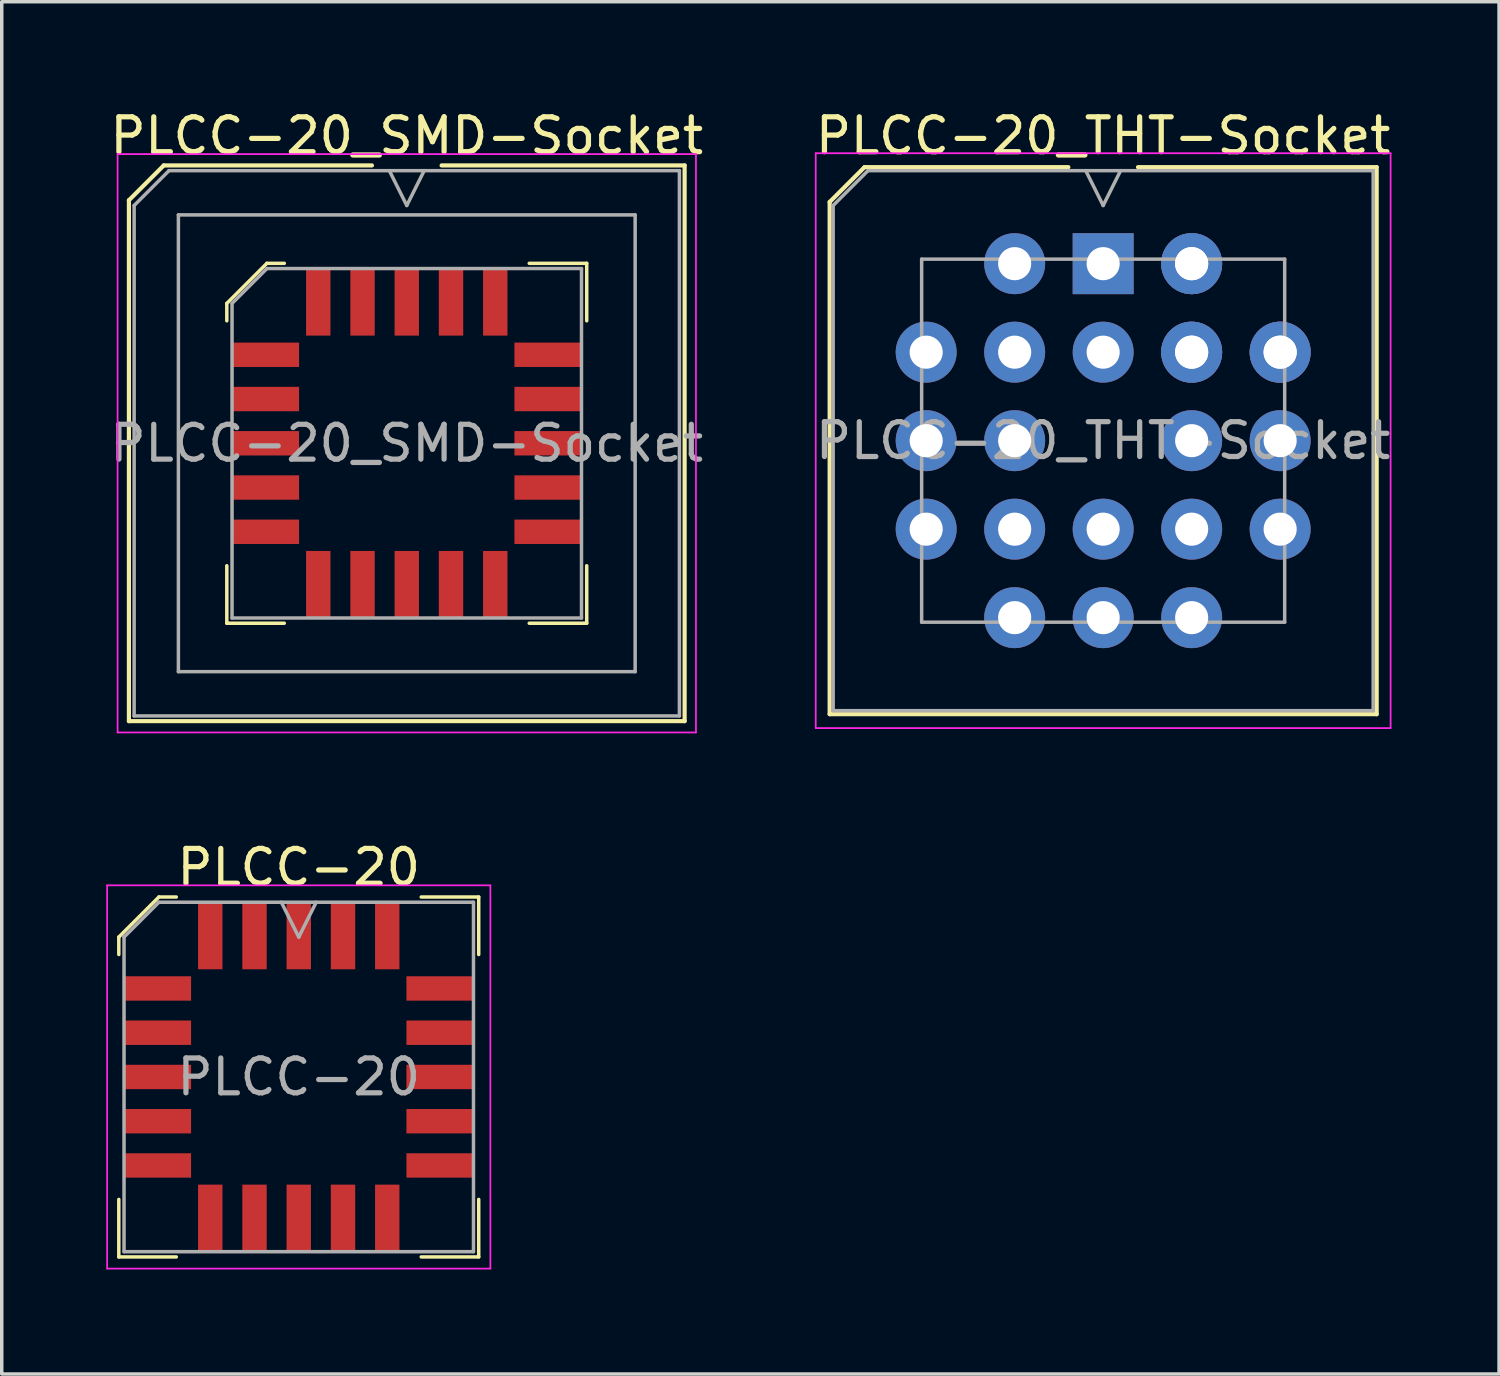
<source format=kicad_pcb>
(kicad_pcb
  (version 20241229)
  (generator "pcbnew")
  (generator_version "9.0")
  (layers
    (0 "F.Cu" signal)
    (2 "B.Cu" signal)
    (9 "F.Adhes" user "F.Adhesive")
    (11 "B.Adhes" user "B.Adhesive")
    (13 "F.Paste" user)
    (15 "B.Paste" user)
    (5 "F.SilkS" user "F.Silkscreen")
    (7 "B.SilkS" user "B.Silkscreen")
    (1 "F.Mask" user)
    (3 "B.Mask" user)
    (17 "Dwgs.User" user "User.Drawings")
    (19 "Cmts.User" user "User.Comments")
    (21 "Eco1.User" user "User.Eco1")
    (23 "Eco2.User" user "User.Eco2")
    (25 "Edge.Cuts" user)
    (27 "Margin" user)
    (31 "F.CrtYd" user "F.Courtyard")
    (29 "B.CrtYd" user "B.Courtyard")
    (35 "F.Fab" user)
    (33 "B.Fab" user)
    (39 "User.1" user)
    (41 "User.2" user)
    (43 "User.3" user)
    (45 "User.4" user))
  (footprint "PLCC-20_THT-Socket"
    (layer "F.Cu")
    (at 28.613 4.518)
    (property "Reference" "PLCC-20_THT-Socket" (at 0 -3.67 0) (layer "F.SilkS") (effects (font (size 1 1) (thickness 0.15))))
    (attr through_hole)
    (fp_line (start -7.85 -1.77) (end -7.85 12.93) (stroke (width 0.12) (type solid)) (layer "F.SilkS"))
    (fp_line (start -7.85 12.93) (end 7.85 12.93) (stroke (width 0.12) (type solid)) (layer "F.SilkS"))
    (fp_line (start -6.85 -2.77) (end -7.85 -1.77) (stroke (width 0.12) (type solid)) (layer "F.SilkS"))
    (fp_line (start -1 -2.77) (end -6.85 -2.77) (stroke (width 0.12) (type solid)) (layer "F.SilkS"))
    (fp_line (start 7.85 -2.77) (end 1 -2.77) (stroke (width 0.12) (type solid)) (layer "F.SilkS"))
    (fp_line (start 7.85 12.93) (end 7.85 -2.77) (stroke (width 0.12) (type solid)) (layer "F.SilkS"))
    (fp_line (start -8.25 -3.17) (end -8.25 13.33) (stroke (width 0.05) (type solid)) (layer "F.CrtYd"))
    (fp_line (start -8.25 13.33) (end 8.25 13.33) (stroke (width 0.05) (type solid)) (layer "F.CrtYd"))
    (fp_line (start 8.25 -3.17) (end -8.25 -3.17) (stroke (width 0.05) (type solid)) (layer "F.CrtYd"))
    (fp_line (start 8.25 13.33) (end 8.25 -3.17) (stroke (width 0.05) (type solid)) (layer "F.CrtYd"))
    (fp_line (start -7.75 -1.67) (end -7.75 12.83) (stroke (width 0.1) (type solid)) (layer "F.Fab"))
    (fp_line (start -7.75 12.83) (end 7.75 12.83) (stroke (width 0.1) (type solid)) (layer "F.Fab"))
    (fp_line (start -6.75 -2.67) (end -7.75 -1.67) (stroke (width 0.1) (type solid)) (layer "F.Fab"))
    (fp_line (start -5.21 -0.13) (end -5.21 10.29) (stroke (width 0.1) (type solid)) (layer "F.Fab"))
    (fp_line (start -5.21 10.29) (end 5.21 10.29) (stroke (width 0.1) (type solid)) (layer "F.Fab"))
    (fp_line (start -0.5 -2.67) (end 0 -1.67) (stroke (width 0.1) (type solid)) (layer "F.Fab"))
    (fp_line (start 0 -1.67) (end 0.5 -2.67) (stroke (width 0.1) (type solid)) (layer "F.Fab"))
    (fp_line (start 5.21 -0.13) (end -5.21 -0.13) (stroke (width 0.1) (type solid)) (layer "F.Fab"))
    (fp_line (start 5.21 10.29) (end 5.21 -0.13) (stroke (width 0.1) (type solid)) (layer "F.Fab"))
    (fp_line (start 7.75 -2.67) (end -6.75 -2.67) (stroke (width 0.1) (type solid)) (layer "F.Fab"))
    (fp_line (start 7.75 12.83) (end 7.75 -2.67) (stroke (width 0.1) (type solid)) (layer "F.Fab"))
    (fp_text user "${REFERENCE}" (at 0 5.08 0) (layer "F.Fab") (effects (font (size 1 1) (thickness 0.15))))
    (pad "1" thru_hole rect (at 0 0) (size 1.75 1.75) (drill 0.95) (layers "*.Cu" "*.Mask"))
    (pad "2" thru_hole circle (at 0 2.54) (size 1.75 1.75) (drill 0.95) (layers "*.Cu" "*.Mask"))
    (pad "3" thru_hole circle (at -2.54 0) (size 1.75 1.75) (drill 0.95) (layers "*.Cu" "*.Mask"))
    (pad "4" thru_hole circle (at -5.08 2.54) (size 1.75 1.75) (drill 0.95) (layers "*.Cu" "*.Mask"))
    (pad "5" thru_hole circle (at -2.54 2.54) (size 1.75 1.75) (drill 0.95) (layers "*.Cu" "*.Mask"))
    (pad "6" thru_hole circle (at -5.08 5.08) (size 1.75 1.75) (drill 0.95) (layers "*.Cu" "*.Mask"))
    (pad "7" thru_hole circle (at -2.54 5.08) (size 1.75 1.75) (drill 0.95) (layers "*.Cu" "*.Mask"))
    (pad "8" thru_hole circle (at -5.08 7.62) (size 1.75 1.75) (drill 0.95) (layers "*.Cu" "*.Mask"))
    (pad "9" thru_hole circle (at -2.54 10.16) (size 1.75 1.75) (drill 0.95) (layers "*.Cu" "*.Mask"))
    (pad "10" thru_hole circle (at -2.54 7.62) (size 1.75 1.75) (drill 0.95) (layers "*.Cu" "*.Mask"))
    (pad "11" thru_hole circle (at 0 10.16) (size 1.75 1.75) (drill 0.95) (layers "*.Cu" "*.Mask"))
    (pad "12" thru_hole circle (at 0 7.62) (size 1.75 1.75) (drill 0.95) (layers "*.Cu" "*.Mask"))
    (pad "13" thru_hole circle (at 2.54 10.16) (size 1.75 1.75) (drill 0.95) (layers "*.Cu" "*.Mask"))
    (pad "14" thru_hole circle (at 2.54 7.62) (size 1.75 1.75) (drill 0.95) (layers "*.Cu" "*.Mask"))
    (pad "14" thru_hole circle (at 5.08 7.62) (size 1.75 1.75) (drill 0.95) (layers "*.Cu" "*.Mask"))
    (pad "15" thru_hole circle (at 2.54 5.08) (size 1.75 1.75) (drill 0.95) (layers "*.Cu" "*.Mask"))
    (pad "16" thru_hole circle (at 5.08 5.08) (size 1.75 1.75) (drill 0.95) (layers "*.Cu" "*.Mask"))
    (pad "17" thru_hole circle (at 2.54 2.54) (size 1.75 1.75) (drill 0.95) (layers "*.Cu" "*.Mask"))
    (pad "18" thru_hole circle (at 5.08 2.54) (size 1.75 1.75) (drill 0.95) (layers "*.Cu" "*.Mask"))
    (pad "18" thru_hole circle (at 5.08 2.54) (size 1.75 1.75) (drill 0.95) (layers "*.Cu" "*.Mask"))
    (pad "19" thru_hole circle (at 2.54 0) (size 1.75 1.75) (drill 0.95) (layers "*.Cu" "*.Mask"))
    (pad "19" thru_hole circle (at 2.54 0) (size 1.75 1.75) (drill 0.95) (layers "*.Cu" "*.Mask"))
    (pad "20" thru_hole circle (at 2.54 2.54) (size 1.75 1.75) (drill 0.95) (layers "*.Cu" "*.Mask")))
  (footprint "PLCC-20"
    (layer "F.Cu")
    (at 5.525 27.861)
    (property "Reference" "PLCC-20" (at 0 -6.015 0) (layer "F.SilkS") (effects (font (size 1 1) (thickness 0.15))))
    (attr smd)
    (fp_line (start -5.165 -4.015) (end -5.165 -3.515) (stroke (width 0.1) (type solid)) (layer "F.SilkS"))
    (fp_line (start -5.165 5.165) (end -5.165 3.515) (stroke (width 0.1) (type solid)) (layer "F.SilkS"))
    (fp_line (start -4.015 -5.165) (end -5.165 -4.015) (stroke (width 0.1) (type solid)) (layer "F.SilkS"))
    (fp_line (start -3.515 -5.165) (end -4.015 -5.165) (stroke (width 0.1) (type solid)) (layer "F.SilkS"))
    (fp_line (start -3.515 5.165) (end -5.165 5.165) (stroke (width 0.1) (type solid)) (layer "F.SilkS"))
    (fp_line (start 3.515 -5.165) (end 5.165 -5.165) (stroke (width 0.1) (type solid)) (layer "F.SilkS"))
    (fp_line (start 3.515 5.165) (end 5.165 5.165) (stroke (width 0.1) (type solid)) (layer "F.SilkS"))
    (fp_line (start 5.165 -5.165) (end 5.165 -3.515) (stroke (width 0.1) (type solid)) (layer "F.SilkS"))
    (fp_line (start 5.165 5.165) (end 5.165 3.515) (stroke (width 0.1) (type solid)) (layer "F.SilkS"))
    (fp_line (start -5.5 -5.5) (end -5.5 5.5) (stroke (width 0.05) (type solid)) (layer "F.CrtYd"))
    (fp_line (start -5.5 5.5) (end 5.5 5.5) (stroke (width 0.05) (type solid)) (layer "F.CrtYd"))
    (fp_line (start 5.5 -5.5) (end -5.5 -5.5) (stroke (width 0.05) (type solid)) (layer "F.CrtYd"))
    (fp_line (start 5.5 5.5) (end 5.5 -5.5) (stroke (width 0.05) (type solid)) (layer "F.CrtYd"))
    (fp_line (start -5.015 -4.015) (end -5.015 5.015) (stroke (width 0.1) (type solid)) (layer "F.Fab"))
    (fp_line (start -5.015 5.015) (end 5.015 5.015) (stroke (width 0.1) (type solid)) (layer "F.Fab"))
    (fp_line (start -4.015 -5.015) (end -5.015 -4.015) (stroke (width 0.1) (type solid)) (layer "F.Fab"))
    (fp_line (start -0.5 -5.015) (end 0 -4.015) (stroke (width 0.1) (type solid)) (layer "F.Fab"))
    (fp_line (start 0 -4.015) (end 0.5 -5.015) (stroke (width 0.1) (type solid)) (layer "F.Fab"))
    (fp_line (start 5.015 -5.015) (end -4.015 -5.015) (stroke (width 0.1) (type solid)) (layer "F.Fab"))
    (fp_line (start 5.015 5.015) (end 5.015 -5.015) (stroke (width 0.1) (type solid)) (layer "F.Fab"))
    (fp_text user "${REFERENCE}" (at 0 0 0) (layer "F.Fab") (effects (font (size 1 1) (thickness 0.15))))
    (pad "1" smd rect (at 0 -4.053) (size 0.7 1.925) (layers "F.Cu" "F.Mask" "F.Paste"))
    (pad "2" smd rect (at -1.27 -4.053) (size 0.7 1.925) (layers "F.Cu" "F.Mask" "F.Paste"))
    (pad "3" smd rect (at -2.54 -4.053) (size 0.7 1.925) (layers "F.Cu" "F.Mask" "F.Paste"))
    (pad "4" smd rect (at -4.053 -2.54) (size 1.925 0.7) (layers "F.Cu" "F.Mask" "F.Paste"))
    (pad "5" smd rect (at -4.053 -1.27) (size 1.925 0.7) (layers "F.Cu" "F.Mask" "F.Paste"))
    (pad "6" smd rect (at -4.053 0) (size 1.925 0.7) (layers "F.Cu" "F.Mask" "F.Paste"))
    (pad "7" smd rect (at -4.053 1.27) (size 1.925 0.7) (layers "F.Cu" "F.Mask" "F.Paste"))
    (pad "8" smd rect (at -4.053 2.54) (size 1.925 0.7) (layers "F.Cu" "F.Mask" "F.Paste"))
    (pad "9" smd rect (at -2.54 4.053) (size 0.7 1.925) (layers "F.Cu" "F.Mask" "F.Paste"))
    (pad "10" smd rect (at -1.27 4.053) (size 0.7 1.925) (layers "F.Cu" "F.Mask" "F.Paste"))
    (pad "11" smd rect (at 0 4.053) (size 0.7 1.925) (layers "F.Cu" "F.Mask" "F.Paste"))
    (pad "12" smd rect (at 1.27 4.053) (size 0.7 1.925) (layers "F.Cu" "F.Mask" "F.Paste"))
    (pad "13" smd rect (at 2.54 4.053) (size 0.7 1.925) (layers "F.Cu" "F.Mask" "F.Paste"))
    (pad "14" smd rect (at 4.053 2.54) (size 1.925 0.7) (layers "F.Cu" "F.Mask" "F.Paste"))
    (pad "15" smd rect (at 4.053 1.27) (size 1.925 0.7) (layers "F.Cu" "F.Mask" "F.Paste"))
    (pad "16" smd rect (at 4.053 0) (size 1.925 0.7) (layers "F.Cu" "F.Mask" "F.Paste"))
    (pad "17" smd rect (at 4.053 -1.27) (size 1.925 0.7) (layers "F.Cu" "F.Mask" "F.Paste"))
    (pad "18" smd rect (at 4.053 -2.54) (size 1.925 0.7) (layers "F.Cu" "F.Mask" "F.Paste"))
    (pad "19" smd rect (at 2.54 -4.053) (size 0.7 1.925) (layers "F.Cu" "F.Mask" "F.Paste"))
    (pad "20" smd rect (at 1.27 -4.053) (size 0.7 1.925) (layers "F.Cu" "F.Mask" "F.Paste")))
  (footprint "PLCC-20_SMD-Socket"
    (layer "F.Cu")
    (at 8.625 9.673)
    (property "Reference" "PLCC-20_SMD-Socket" (at 0 -8.825 0) (layer "F.SilkS") (effects (font (size 1 1) (thickness 0.15))))
    (attr smd)
    (fp_line (start -7.975 -6.975) (end -7.975 7.975) (stroke (width 0.12) (type solid)) (layer "F.SilkS"))
    (fp_line (start -7.975 7.975) (end 7.975 7.975) (stroke (width 0.12) (type solid)) (layer "F.SilkS"))
    (fp_line (start -6.975 -7.975) (end -7.975 -6.975) (stroke (width 0.12) (type solid)) (layer "F.SilkS"))
    (fp_line (start -5.165 -4.015) (end -5.165 -3.515) (stroke (width 0.1) (type solid)) (layer "F.SilkS"))
    (fp_line (start -5.165 5.165) (end -5.165 3.515) (stroke (width 0.1) (type solid)) (layer "F.SilkS"))
    (fp_line (start -4.015 -5.165) (end -5.165 -4.015) (stroke (width 0.1) (type solid)) (layer "F.SilkS"))
    (fp_line (start -3.515 -5.165) (end -4.015 -5.165) (stroke (width 0.1) (type solid)) (layer "F.SilkS"))
    (fp_line (start -3.515 5.165) (end -5.165 5.165) (stroke (width 0.1) (type solid)) (layer "F.SilkS"))
    (fp_line (start -1 -7.975) (end -6.975 -7.975) (stroke (width 0.12) (type solid)) (layer "F.SilkS"))
    (fp_line (start 3.515 -5.165) (end 5.165 -5.165) (stroke (width 0.1) (type solid)) (layer "F.SilkS"))
    (fp_line (start 3.515 5.165) (end 5.165 5.165) (stroke (width 0.1) (type solid)) (layer "F.SilkS"))
    (fp_line (start 5.165 -5.165) (end 5.165 -3.515) (stroke (width 0.1) (type solid)) (layer "F.SilkS"))
    (fp_line (start 5.165 5.165) (end 5.165 3.515) (stroke (width 0.1) (type solid)) (layer "F.SilkS"))
    (fp_line (start 7.975 -7.975) (end 1 -7.975) (stroke (width 0.12) (type solid)) (layer "F.SilkS"))
    (fp_line (start 7.975 7.975) (end 7.975 -7.975) (stroke (width 0.12) (type solid)) (layer "F.SilkS"))
    (fp_line (start -8.3 -8.3) (end -8.3 8.3) (stroke (width 0.05) (type solid)) (layer "F.CrtYd"))
    (fp_line (start -8.3 8.3) (end 8.3 8.3) (stroke (width 0.05) (type solid)) (layer "F.CrtYd"))
    (fp_line (start 8.3 -8.3) (end -8.3 -8.3) (stroke (width 0.05) (type solid)) (layer "F.CrtYd"))
    (fp_line (start 8.3 8.3) (end 8.3 -8.3) (stroke (width 0.05) (type solid)) (layer "F.CrtYd"))
    (fp_line (start -7.825 -6.825) (end -7.825 7.825) (stroke (width 0.1) (type solid)) (layer "F.Fab"))
    (fp_line (start -7.825 7.825) (end 7.825 7.825) (stroke (width 0.1) (type solid)) (layer "F.Fab"))
    (fp_line (start -6.825 -7.825) (end -7.825 -6.825) (stroke (width 0.1) (type solid)) (layer "F.Fab"))
    (fp_line (start -6.555 -6.555) (end -6.555 6.555) (stroke (width 0.1) (type solid)) (layer "F.Fab"))
    (fp_line (start -6.555 6.555) (end 6.555 6.555) (stroke (width 0.1) (type solid)) (layer "F.Fab"))
    (fp_line (start -5.015 -4.015) (end -5.015 5.015) (stroke (width 0.1) (type solid)) (layer "F.Fab"))
    (fp_line (start -5.015 5.015) (end 5.015 5.015) (stroke (width 0.1) (type solid)) (layer "F.Fab"))
    (fp_line (start -4.015 -5.015) (end -5.015 -4.015) (stroke (width 0.1) (type solid)) (layer "F.Fab"))
    (fp_line (start -0.5 -7.825) (end 0 -6.825) (stroke (width 0.1) (type solid)) (layer "F.Fab"))
    (fp_line (start 0 -6.825) (end 0.5 -7.825) (stroke (width 0.1) (type solid)) (layer "F.Fab"))
    (fp_line (start 5.015 -5.015) (end -4.015 -5.015) (stroke (width 0.1) (type solid)) (layer "F.Fab"))
    (fp_line (start 5.015 5.015) (end 5.015 -5.015) (stroke (width 0.1) (type solid)) (layer "F.Fab"))
    (fp_line (start 6.555 -6.555) (end -6.555 -6.555) (stroke (width 0.1) (type solid)) (layer "F.Fab"))
    (fp_line (start 6.555 6.555) (end 6.555 -6.555) (stroke (width 0.1) (type solid)) (layer "F.Fab"))
    (fp_line (start 7.825 -7.825) (end -6.825 -7.825) (stroke (width 0.1) (type solid)) (layer "F.Fab"))
    (fp_line (start 7.825 7.825) (end 7.825 -7.825) (stroke (width 0.1) (type solid)) (layer "F.Fab"))
    (fp_text user "${REFERENCE}" (at 0 0 0) (layer "F.Fab") (effects (font (size 1 1) (thickness 0.15))))
    (pad "1" smd rect (at 0 -4.053) (size 0.7 1.925) (layers "F.Cu" "F.Mask" "F.Paste"))
    (pad "2" smd rect (at -1.27 -4.053) (size 0.7 1.925) (layers "F.Cu" "F.Mask" "F.Paste"))
    (pad "3" smd rect (at -2.54 -4.053) (size 0.7 1.925) (layers "F.Cu" "F.Mask" "F.Paste"))
    (pad "4" smd rect (at -4.053 -2.54) (size 1.925 0.7) (layers "F.Cu" "F.Mask" "F.Paste"))
    (pad "5" smd rect (at -4.053 -1.27) (size 1.925 0.7) (layers "F.Cu" "F.Mask" "F.Paste"))
    (pad "6" smd rect (at -4.053 0) (size 1.925 0.7) (layers "F.Cu" "F.Mask" "F.Paste"))
    (pad "7" smd rect (at -4.053 1.27) (size 1.925 0.7) (layers "F.Cu" "F.Mask" "F.Paste"))
    (pad "8" smd rect (at -4.053 2.54) (size 1.925 0.7) (layers "F.Cu" "F.Mask" "F.Paste"))
    (pad "9" smd rect (at -2.54 4.053) (size 0.7 1.925) (layers "F.Cu" "F.Mask" "F.Paste"))
    (pad "10" smd rect (at -1.27 4.053) (size 0.7 1.925) (layers "F.Cu" "F.Mask" "F.Paste"))
    (pad "11" smd rect (at 0 4.053) (size 0.7 1.925) (layers "F.Cu" "F.Mask" "F.Paste"))
    (pad "12" smd rect (at 1.27 4.053) (size 0.7 1.925) (layers "F.Cu" "F.Mask" "F.Paste"))
    (pad "13" smd rect (at 2.54 4.053) (size 0.7 1.925) (layers "F.Cu" "F.Mask" "F.Paste"))
    (pad "14" smd rect (at 4.053 2.54) (size 1.925 0.7) (layers "F.Cu" "F.Mask" "F.Paste"))
    (pad "15" smd rect (at 4.053 1.27) (size 1.925 0.7) (layers "F.Cu" "F.Mask" "F.Paste"))
    (pad "16" smd rect (at 4.053 0) (size 1.925 0.7) (layers "F.Cu" "F.Mask" "F.Paste"))
    (pad "17" smd rect (at 4.053 -1.27) (size 1.925 0.7) (layers "F.Cu" "F.Mask" "F.Paste"))
    (pad "18" smd rect (at 4.053 -2.54) (size 1.925 0.7) (layers "F.Cu" "F.Mask" "F.Paste"))
    (pad "19" smd rect (at 2.54 -4.053) (size 0.7 1.925) (layers "F.Cu" "F.Mask" "F.Paste"))
    (pad "20" smd rect (at 1.27 -4.053) (size 0.7 1.925) (layers "F.Cu" "F.Mask" "F.Paste")))
  (gr_rect
    (start -3 -3)
    (end 39.976 36.386)
    (stroke (width 0.1) (type default))
    (fill no)
    (layer "Edge.Cuts")))
</source>
